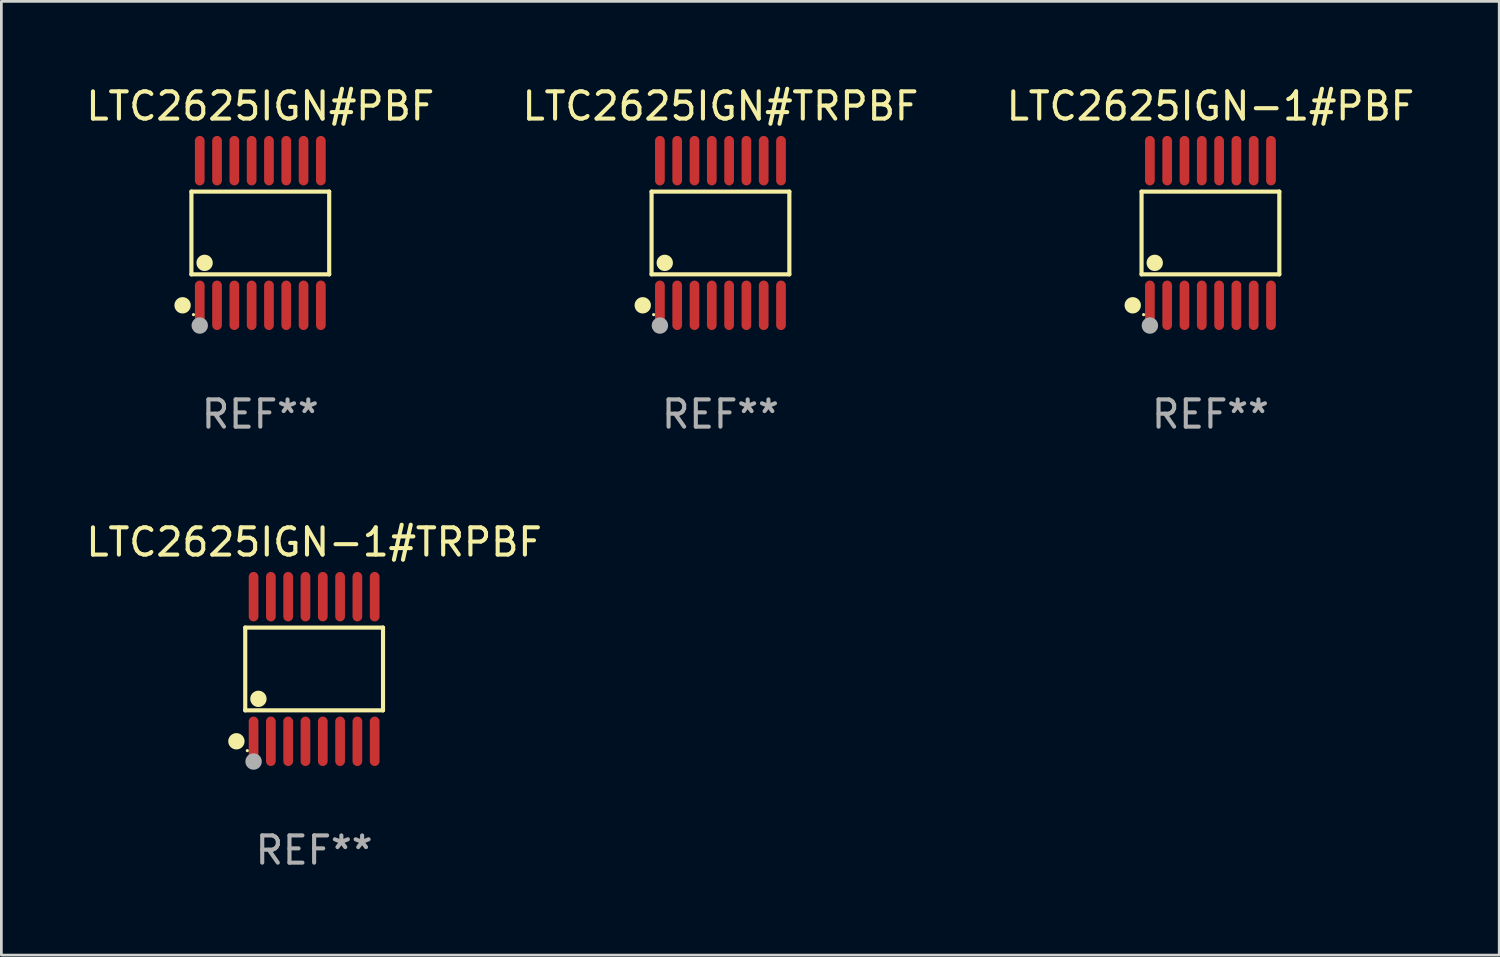
<source format=kicad_pcb>
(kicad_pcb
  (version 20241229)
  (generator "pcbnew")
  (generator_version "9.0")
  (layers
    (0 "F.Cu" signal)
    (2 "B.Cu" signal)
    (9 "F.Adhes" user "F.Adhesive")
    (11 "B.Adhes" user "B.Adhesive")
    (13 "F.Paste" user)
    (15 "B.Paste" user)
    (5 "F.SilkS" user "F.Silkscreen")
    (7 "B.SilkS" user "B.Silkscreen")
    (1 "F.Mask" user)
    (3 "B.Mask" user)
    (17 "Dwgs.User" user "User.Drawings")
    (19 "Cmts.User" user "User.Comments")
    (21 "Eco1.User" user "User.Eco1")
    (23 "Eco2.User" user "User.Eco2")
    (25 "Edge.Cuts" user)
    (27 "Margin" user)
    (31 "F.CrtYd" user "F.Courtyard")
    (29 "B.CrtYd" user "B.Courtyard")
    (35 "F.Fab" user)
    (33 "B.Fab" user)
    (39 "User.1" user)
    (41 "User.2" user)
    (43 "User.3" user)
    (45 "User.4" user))
  (footprint "LTC2625IGN-1#PBF"
    (layer "F.Cu")
    (at 41.387 5.503)
    (property "Reference" "LTC2625IGN-1#PBF" (at 0 -4.655 0) (layer "F.SilkS") (effects (font (size 1 1) (thickness 0.15))))
    (attr through_hole)
    (fp_line (start -2.529 -1.519) (end 2.529 -1.519) (stroke (width 0.152) (type solid)) (layer "F.SilkS"))
    (fp_line (start -2.529 1.519) (end -2.529 -1.519) (stroke (width 0.152) (type solid)) (layer "F.SilkS"))
    (fp_line (start 2.529 -1.519) (end 2.529 1.519) (stroke (width 0.152) (type solid)) (layer "F.SilkS"))
    (fp_line (start 2.529 1.519) (end -2.529 1.519) (stroke (width 0.152) (type solid)) (layer "F.SilkS"))
    (fp_circle (center -2.853 2.655) (end -2.703 2.655) (stroke (width 0.3) (type solid)) (fill no) (layer "F.SilkS"))
    (fp_circle (center -2.453 2.998) (end -2.423 2.998) (stroke (width 0.06) (type solid)) (fill no) (layer "F.SilkS"))
    (fp_circle (center -2.045 1.097) (end -1.895 1.097) (stroke (width 0.3) (type solid)) (fill no) (layer "F.SilkS"))
    (fp_circle (center -2.223 3.398) (end -2.072 3.398) (stroke (width 0.3) (type solid)) (fill no) (layer "F.Fab"))
    (fp_text user "REF**" (at 0 6.655 0) (layer "F.Fab") (effects (font (size 1 1) (thickness 0.15))))
    (pad "1" smd oval (at -2.223 2.655) (size 0.356 1.815) (layers "F.Cu" "F.Mask" "F.Paste"))
    (pad "2" smd oval (at -1.588 2.655) (size 0.356 1.815) (layers "F.Cu" "F.Mask" "F.Paste"))
    (pad "3" smd oval (at -0.953 2.655) (size 0.356 1.815) (layers "F.Cu" "F.Mask" "F.Paste"))
    (pad "4" smd oval (at -0.318 2.655) (size 0.356 1.815) (layers "F.Cu" "F.Mask" "F.Paste"))
    (pad "5" smd oval (at 0.318 2.655) (size 0.356 1.815) (layers "F.Cu" "F.Mask" "F.Paste"))
    (pad "6" smd oval (at 0.953 2.655) (size 0.356 1.815) (layers "F.Cu" "F.Mask" "F.Paste"))
    (pad "7" smd oval (at 1.588 2.655) (size 0.356 1.815) (layers "F.Cu" "F.Mask" "F.Paste"))
    (pad "8" smd oval (at 2.223 2.655) (size 0.356 1.815) (layers "F.Cu" "F.Mask" "F.Paste"))
    (pad "9" smd oval (at 2.223 -2.655) (size 0.356 1.815) (layers "F.Cu" "F.Mask" "F.Paste"))
    (pad "10" smd oval (at 1.588 -2.655) (size 0.356 1.815) (layers "F.Cu" "F.Mask" "F.Paste"))
    (pad "11" smd oval (at 0.953 -2.655) (size 0.356 1.815) (layers "F.Cu" "F.Mask" "F.Paste"))
    (pad "12" smd oval (at 0.318 -2.655) (size 0.356 1.815) (layers "F.Cu" "F.Mask" "F.Paste"))
    (pad "13" smd oval (at -0.318 -2.655) (size 0.356 1.815) (layers "F.Cu" "F.Mask" "F.Paste"))
    (pad "14" smd oval (at -0.953 -2.655) (size 0.356 1.815) (layers "F.Cu" "F.Mask" "F.Paste"))
    (pad "15" smd oval (at -1.588 -2.655) (size 0.356 1.815) (layers "F.Cu" "F.Mask" "F.Paste"))
    (pad "16" smd oval (at -2.223 -2.655) (size 0.356 1.815) (layers "F.Cu" "F.Mask" "F.Paste")))
  (footprint "LTC2625IGN#PBF"
    (layer "F.Cu")
    (at 6.506 5.503)
    (property "Reference" "LTC2625IGN#PBF" (at 0 -4.655 0) (layer "F.SilkS") (effects (font (size 1 1) (thickness 0.15))))
    (attr through_hole)
    (fp_line (start -2.529 -1.519) (end 2.529 -1.519) (stroke (width 0.152) (type solid)) (layer "F.SilkS"))
    (fp_line (start -2.529 1.519) (end -2.529 -1.519) (stroke (width 0.152) (type solid)) (layer "F.SilkS"))
    (fp_line (start 2.529 -1.519) (end 2.529 1.519) (stroke (width 0.152) (type solid)) (layer "F.SilkS"))
    (fp_line (start 2.529 1.519) (end -2.529 1.519) (stroke (width 0.152) (type solid)) (layer "F.SilkS"))
    (fp_circle (center -2.853 2.655) (end -2.703 2.655) (stroke (width 0.3) (type solid)) (fill no) (layer "F.SilkS"))
    (fp_circle (center -2.453 2.998) (end -2.423 2.998) (stroke (width 0.06) (type solid)) (fill no) (layer "F.SilkS"))
    (fp_circle (center -2.045 1.097) (end -1.895 1.097) (stroke (width 0.3) (type solid)) (fill no) (layer "F.SilkS"))
    (fp_circle (center -2.223 3.398) (end -2.072 3.398) (stroke (width 0.3) (type solid)) (fill no) (layer "F.Fab"))
    (fp_text user "REF**" (at 0 6.655 0) (layer "F.Fab") (effects (font (size 1 1) (thickness 0.15))))
    (pad "1" smd oval (at -2.223 2.655) (size 0.356 1.815) (layers "F.Cu" "F.Mask" "F.Paste"))
    (pad "2" smd oval (at -1.588 2.655) (size 0.356 1.815) (layers "F.Cu" "F.Mask" "F.Paste"))
    (pad "3" smd oval (at -0.953 2.655) (size 0.356 1.815) (layers "F.Cu" "F.Mask" "F.Paste"))
    (pad "4" smd oval (at -0.318 2.655) (size 0.356 1.815) (layers "F.Cu" "F.Mask" "F.Paste"))
    (pad "5" smd oval (at 0.318 2.655) (size 0.356 1.815) (layers "F.Cu" "F.Mask" "F.Paste"))
    (pad "6" smd oval (at 0.953 2.655) (size 0.356 1.815) (layers "F.Cu" "F.Mask" "F.Paste"))
    (pad "7" smd oval (at 1.588 2.655) (size 0.356 1.815) (layers "F.Cu" "F.Mask" "F.Paste"))
    (pad "8" smd oval (at 2.223 2.655) (size 0.356 1.815) (layers "F.Cu" "F.Mask" "F.Paste"))
    (pad "9" smd oval (at 2.223 -2.655) (size 0.356 1.815) (layers "F.Cu" "F.Mask" "F.Paste"))
    (pad "10" smd oval (at 1.588 -2.655) (size 0.356 1.815) (layers "F.Cu" "F.Mask" "F.Paste"))
    (pad "11" smd oval (at 0.953 -2.655) (size 0.356 1.815) (layers "F.Cu" "F.Mask" "F.Paste"))
    (pad "12" smd oval (at 0.318 -2.655) (size 0.356 1.815) (layers "F.Cu" "F.Mask" "F.Paste"))
    (pad "13" smd oval (at -0.318 -2.655) (size 0.356 1.815) (layers "F.Cu" "F.Mask" "F.Paste"))
    (pad "14" smd oval (at -0.953 -2.655) (size 0.356 1.815) (layers "F.Cu" "F.Mask" "F.Paste"))
    (pad "15" smd oval (at -1.588 -2.655) (size 0.356 1.815) (layers "F.Cu" "F.Mask" "F.Paste"))
    (pad "16" smd oval (at -2.223 -2.655) (size 0.356 1.815) (layers "F.Cu" "F.Mask" "F.Paste")))
  (footprint "LTC2625IGN-1#TRPBF"
    (layer "F.Cu")
    (at 8.482 21.509)
    (property "Reference" "LTC2625IGN-1#TRPBF" (at 0 -4.655 0) (layer "F.SilkS") (effects (font (size 1 1) (thickness 0.15))))
    (attr through_hole)
    (fp_line (start -2.529 -1.519) (end 2.529 -1.519) (stroke (width 0.152) (type solid)) (layer "F.SilkS"))
    (fp_line (start -2.529 1.519) (end -2.529 -1.519) (stroke (width 0.152) (type solid)) (layer "F.SilkS"))
    (fp_line (start 2.529 -1.519) (end 2.529 1.519) (stroke (width 0.152) (type solid)) (layer "F.SilkS"))
    (fp_line (start 2.529 1.519) (end -2.529 1.519) (stroke (width 0.152) (type solid)) (layer "F.SilkS"))
    (fp_circle (center -2.853 2.655) (end -2.703 2.655) (stroke (width 0.3) (type solid)) (fill no) (layer "F.SilkS"))
    (fp_circle (center -2.453 2.998) (end -2.423 2.998) (stroke (width 0.06) (type solid)) (fill no) (layer "F.SilkS"))
    (fp_circle (center -2.045 1.097) (end -1.895 1.097) (stroke (width 0.3) (type solid)) (fill no) (layer "F.SilkS"))
    (fp_circle (center -2.223 3.398) (end -2.072 3.398) (stroke (width 0.3) (type solid)) (fill no) (layer "F.Fab"))
    (fp_text user "REF**" (at 0 6.655 0) (layer "F.Fab") (effects (font (size 1 1) (thickness 0.15))))
    (pad "1" smd oval (at -2.223 2.655) (size 0.356 1.815) (layers "F.Cu" "F.Mask" "F.Paste"))
    (pad "2" smd oval (at -1.588 2.655) (size 0.356 1.815) (layers "F.Cu" "F.Mask" "F.Paste"))
    (pad "3" smd oval (at -0.953 2.655) (size 0.356 1.815) (layers "F.Cu" "F.Mask" "F.Paste"))
    (pad "4" smd oval (at -0.318 2.655) (size 0.356 1.815) (layers "F.Cu" "F.Mask" "F.Paste"))
    (pad "5" smd oval (at 0.318 2.655) (size 0.356 1.815) (layers "F.Cu" "F.Mask" "F.Paste"))
    (pad "6" smd oval (at 0.953 2.655) (size 0.356 1.815) (layers "F.Cu" "F.Mask" "F.Paste"))
    (pad "7" smd oval (at 1.588 2.655) (size 0.356 1.815) (layers "F.Cu" "F.Mask" "F.Paste"))
    (pad "8" smd oval (at 2.223 2.655) (size 0.356 1.815) (layers "F.Cu" "F.Mask" "F.Paste"))
    (pad "9" smd oval (at 2.223 -2.655) (size 0.356 1.815) (layers "F.Cu" "F.Mask" "F.Paste"))
    (pad "10" smd oval (at 1.588 -2.655) (size 0.356 1.815) (layers "F.Cu" "F.Mask" "F.Paste"))
    (pad "11" smd oval (at 0.953 -2.655) (size 0.356 1.815) (layers "F.Cu" "F.Mask" "F.Paste"))
    (pad "12" smd oval (at 0.318 -2.655) (size 0.356 1.815) (layers "F.Cu" "F.Mask" "F.Paste"))
    (pad "13" smd oval (at -0.318 -2.655) (size 0.356 1.815) (layers "F.Cu" "F.Mask" "F.Paste"))
    (pad "14" smd oval (at -0.953 -2.655) (size 0.356 1.815) (layers "F.Cu" "F.Mask" "F.Paste"))
    (pad "15" smd oval (at -1.588 -2.655) (size 0.356 1.815) (layers "F.Cu" "F.Mask" "F.Paste"))
    (pad "16" smd oval (at -2.223 -2.655) (size 0.356 1.815) (layers "F.Cu" "F.Mask" "F.Paste")))
  (footprint "LTC2625IGN#TRPBF"
    (layer "F.Cu")
    (at 23.399 5.503)
    (property "Reference" "LTC2625IGN#TRPBF" (at 0 -4.655 0) (layer "F.SilkS") (effects (font (size 1 1) (thickness 0.15))))
    (attr through_hole)
    (fp_line (start -2.529 -1.519) (end 2.529 -1.519) (stroke (width 0.152) (type solid)) (layer "F.SilkS"))
    (fp_line (start -2.529 1.519) (end -2.529 -1.519) (stroke (width 0.152) (type solid)) (layer "F.SilkS"))
    (fp_line (start 2.529 -1.519) (end 2.529 1.519) (stroke (width 0.152) (type solid)) (layer "F.SilkS"))
    (fp_line (start 2.529 1.519) (end -2.529 1.519) (stroke (width 0.152) (type solid)) (layer "F.SilkS"))
    (fp_circle (center -2.853 2.655) (end -2.703 2.655) (stroke (width 0.3) (type solid)) (fill no) (layer "F.SilkS"))
    (fp_circle (center -2.453 2.998) (end -2.423 2.998) (stroke (width 0.06) (type solid)) (fill no) (layer "F.SilkS"))
    (fp_circle (center -2.045 1.097) (end -1.895 1.097) (stroke (width 0.3) (type solid)) (fill no) (layer "F.SilkS"))
    (fp_circle (center -2.223 3.398) (end -2.072 3.398) (stroke (width 0.3) (type solid)) (fill no) (layer "F.Fab"))
    (fp_text user "REF**" (at 0 6.655 0) (layer "F.Fab") (effects (font (size 1 1) (thickness 0.15))))
    (pad "1" smd oval (at -2.223 2.655) (size 0.356 1.815) (layers "F.Cu" "F.Mask" "F.Paste"))
    (pad "2" smd oval (at -1.588 2.655) (size 0.356 1.815) (layers "F.Cu" "F.Mask" "F.Paste"))
    (pad "3" smd oval (at -0.953 2.655) (size 0.356 1.815) (layers "F.Cu" "F.Mask" "F.Paste"))
    (pad "4" smd oval (at -0.318 2.655) (size 0.356 1.815) (layers "F.Cu" "F.Mask" "F.Paste"))
    (pad "5" smd oval (at 0.318 2.655) (size 0.356 1.815) (layers "F.Cu" "F.Mask" "F.Paste"))
    (pad "6" smd oval (at 0.953 2.655) (size 0.356 1.815) (layers "F.Cu" "F.Mask" "F.Paste"))
    (pad "7" smd oval (at 1.588 2.655) (size 0.356 1.815) (layers "F.Cu" "F.Mask" "F.Paste"))
    (pad "8" smd oval (at 2.223 2.655) (size 0.356 1.815) (layers "F.Cu" "F.Mask" "F.Paste"))
    (pad "9" smd oval (at 2.223 -2.655) (size 0.356 1.815) (layers "F.Cu" "F.Mask" "F.Paste"))
    (pad "10" smd oval (at 1.588 -2.655) (size 0.356 1.815) (layers "F.Cu" "F.Mask" "F.Paste"))
    (pad "11" smd oval (at 0.953 -2.655) (size 0.356 1.815) (layers "F.Cu" "F.Mask" "F.Paste"))
    (pad "12" smd oval (at 0.318 -2.655) (size 0.356 1.815) (layers "F.Cu" "F.Mask" "F.Paste"))
    (pad "13" smd oval (at -0.318 -2.655) (size 0.356 1.815) (layers "F.Cu" "F.Mask" "F.Paste"))
    (pad "14" smd oval (at -0.953 -2.655) (size 0.356 1.815) (layers "F.Cu" "F.Mask" "F.Paste"))
    (pad "15" smd oval (at -1.588 -2.655) (size 0.356 1.815) (layers "F.Cu" "F.Mask" "F.Paste"))
    (pad "16" smd oval (at -2.223 -2.655) (size 0.356 1.815) (layers "F.Cu" "F.Mask" "F.Paste")))
  (gr_rect
    (start -3 -3)
    (end 51.988 32.012)
    (stroke (width 0.1) (type default))
    (fill no)
    (layer "Edge.Cuts")))
</source>
